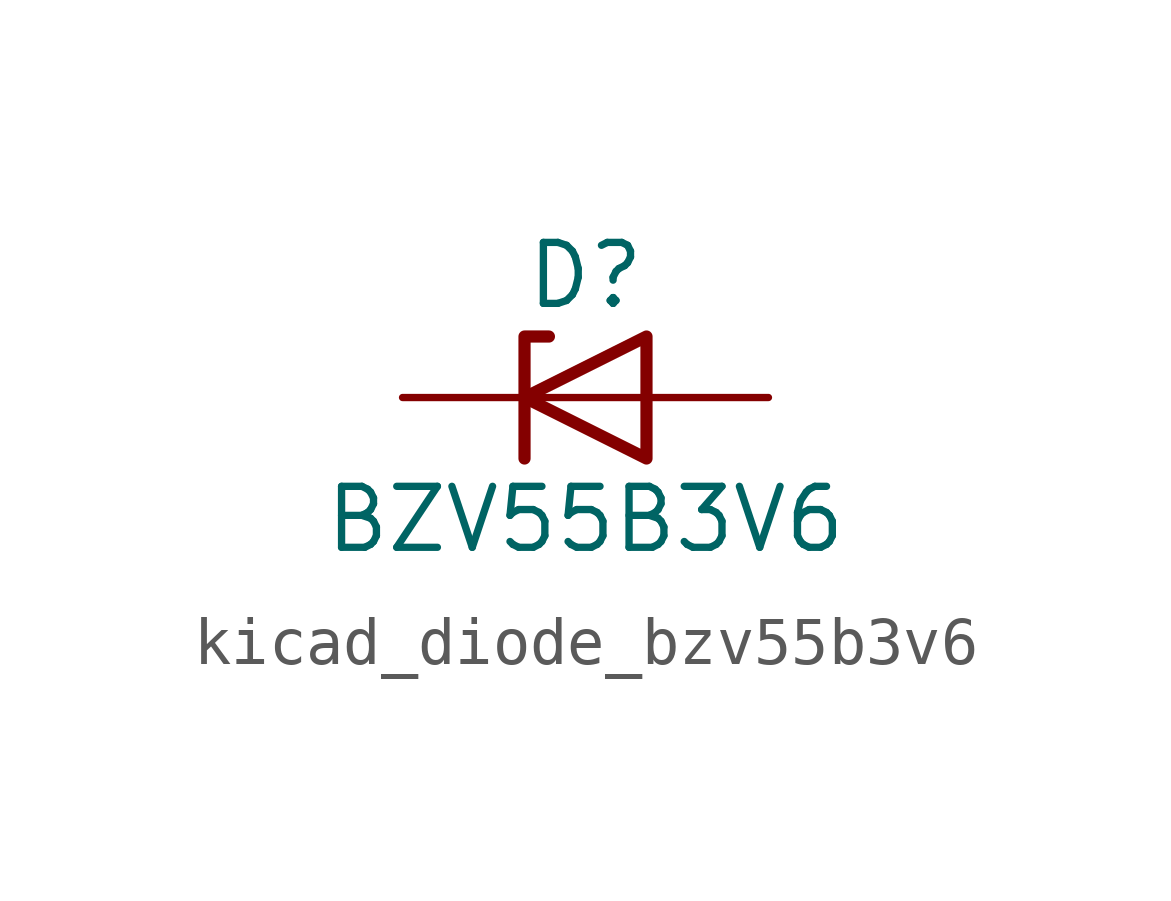
<source format=kicad_sym>
(kicad_symbol_lib
  (version 20220914)
  (generator kicad_symbol_editor)
  (symbol "kicad_diode_bzv55b3v6"
    (pin_numbers hide)
    (pin_names hide)
    (property "Reference" "D"
      (at 0 2.54 0)
      (effects (font (size 1.27 1.27))))
    (property "Value" "BZV55B3V6"
      (at 0 -2.54 0)
      (effects (font (size 1.27 1.27))))
    (symbol "kicad_diode_bzv55b3v6_0_1"
      (polyline (pts (xy 1.27 0) (xy -1.27 0)) (stroke (width 0) (type default)) (fill (type none)))
      (polyline (pts (xy -1.27 -1.27) (xy -1.27 1.27) (xy -0.762 1.27)) (stroke (width 0.254) (type default)) (fill (type none)))
      (polyline (pts (xy 1.27 -1.27) (xy 1.27 1.27) (xy -1.27 0) (xy 1.27 -1.27)) (stroke (width 0.254) (type default)) (fill (type none))))
    (symbol "kicad_diode_bzv55b3v6_1_1"
      (pin passive line (at -3.81 0 0) (length 2.54) (name "K" (effects (font (size 1.27 1.27)))) (number "1" (effects (font (size 1.27 1.27)))))
      (pin passive line (at 3.81 0 180) (length 2.54) (name "A" (effects (font (size 1.27 1.27)))) (number "2" (effects (font (size 1.27 1.27))))))))
</source>
